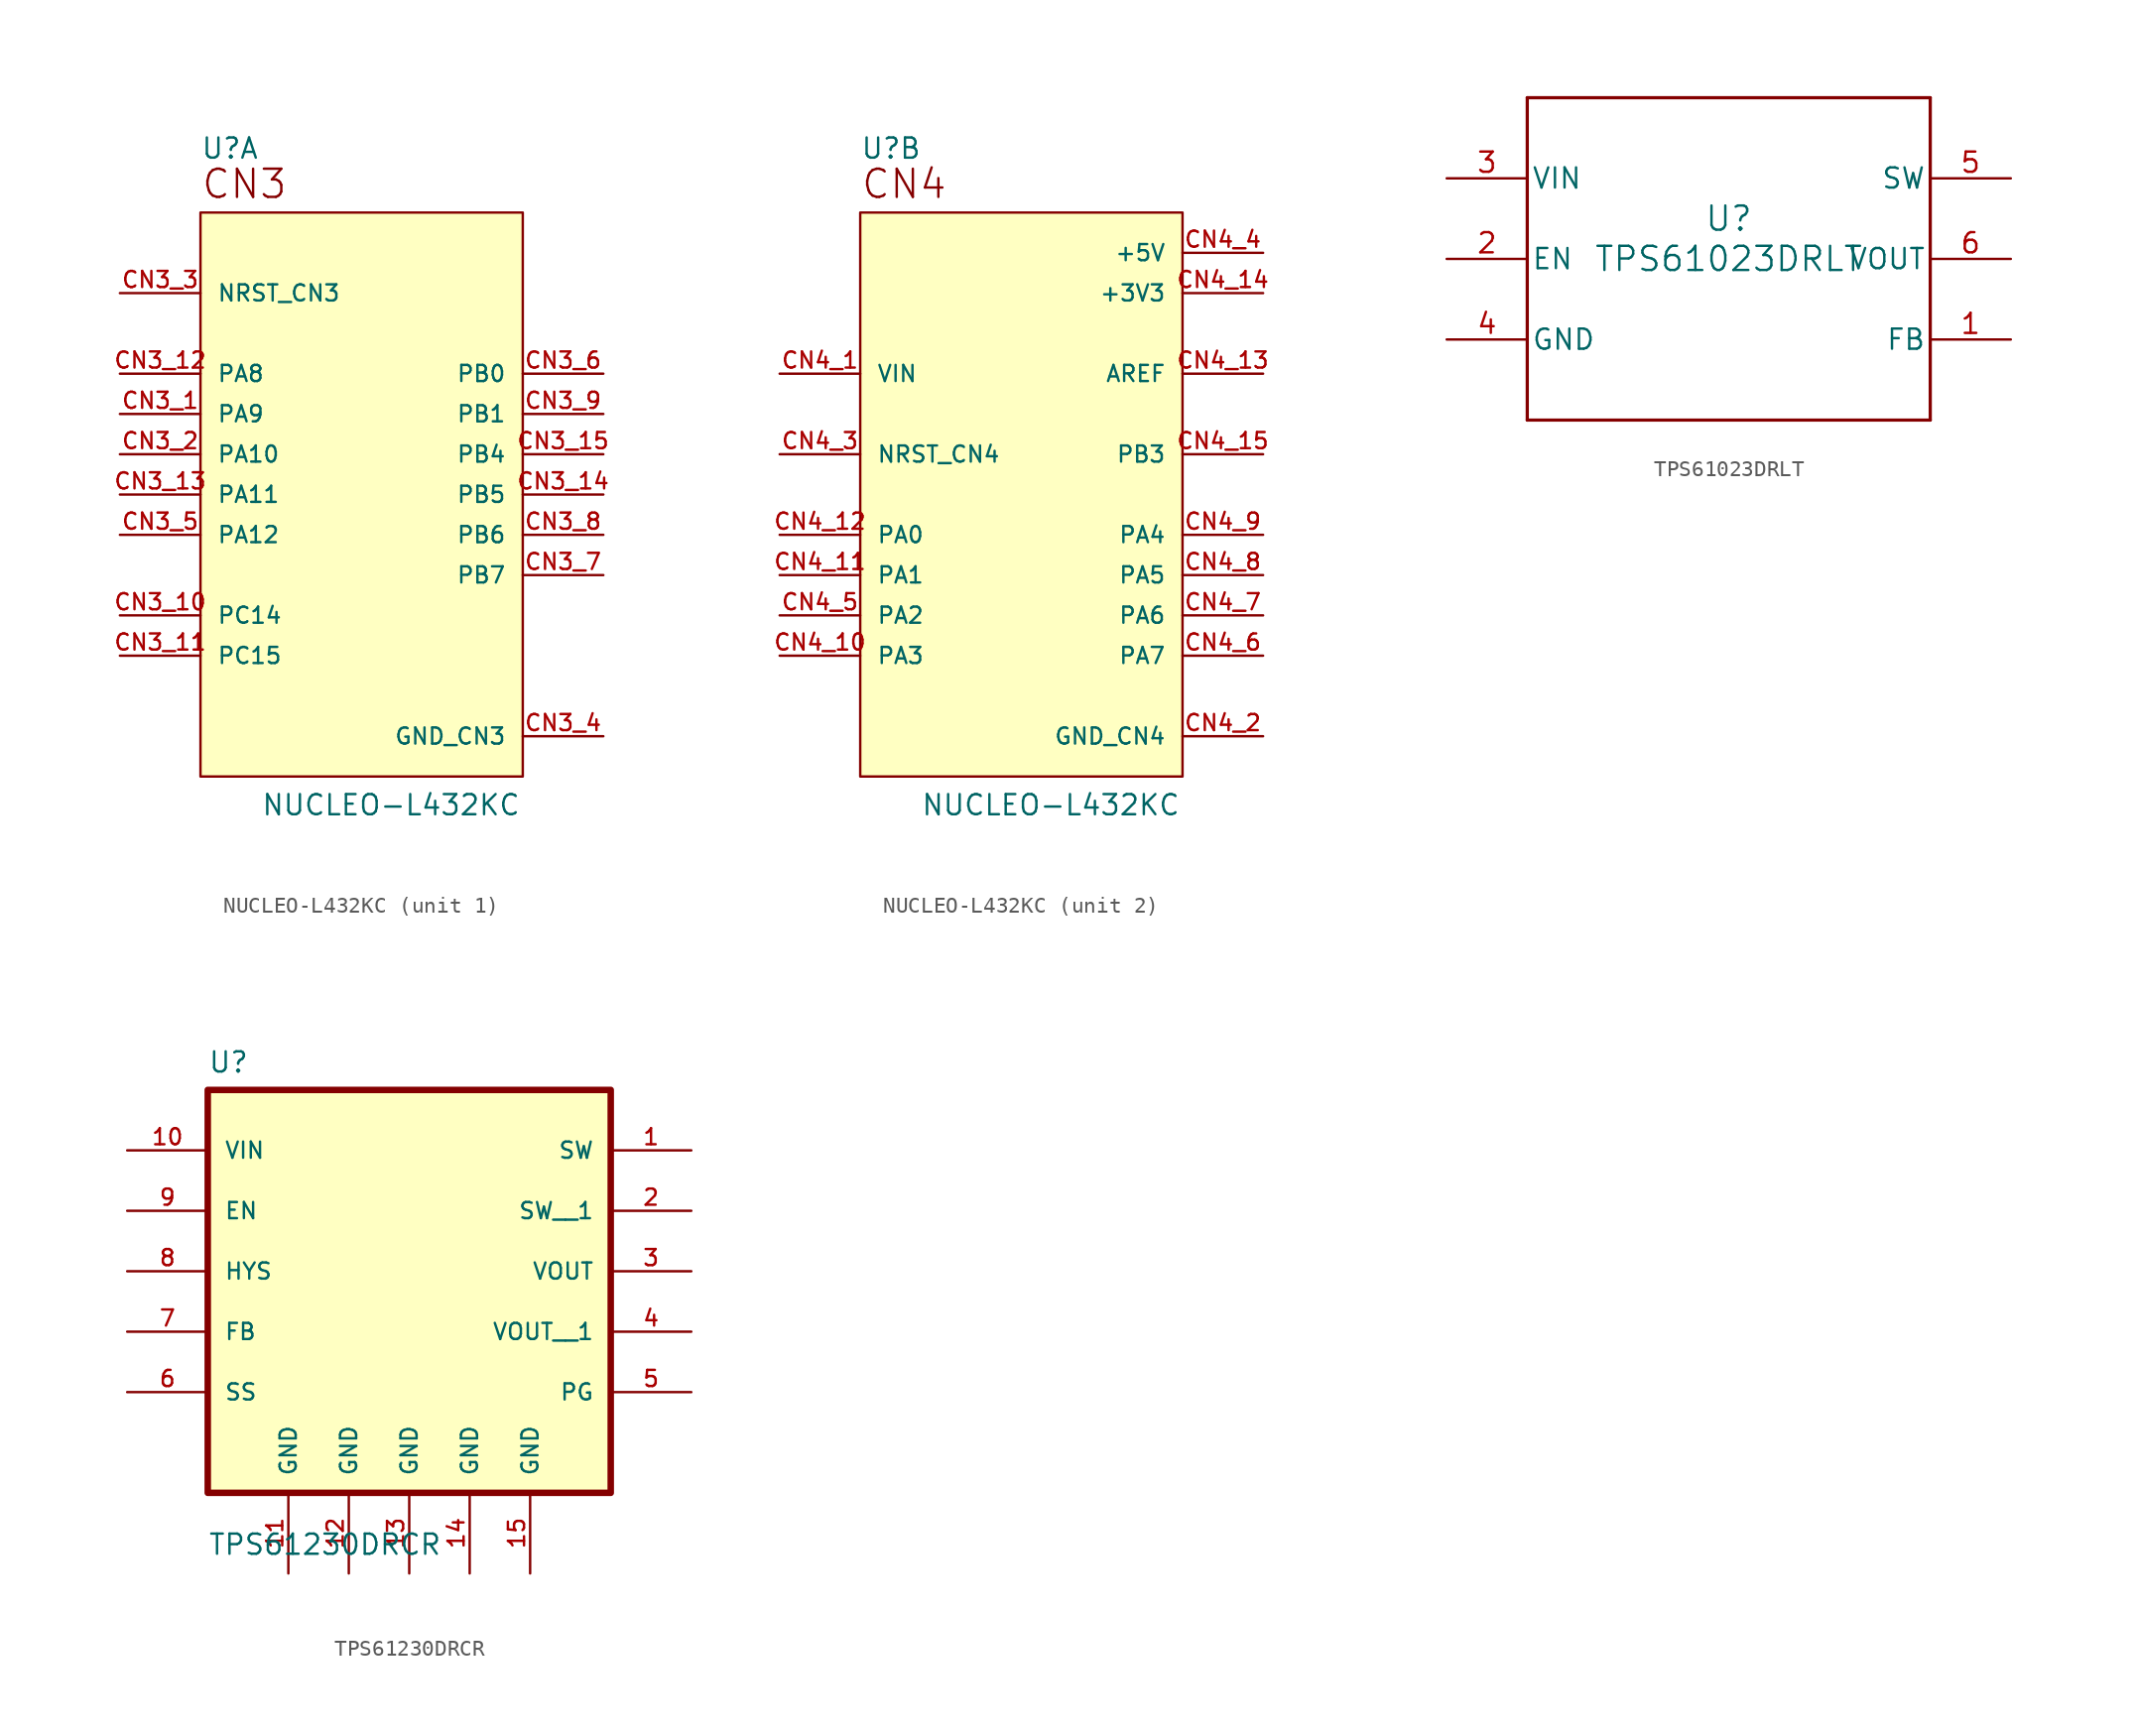
<source format=kicad_sym>
(kicad_symbol_lib
  (version 20241209)
  (generator "kicad_symbol_editor")
  (generator_version "9.0")
  (symbol "NUCLEO-L432KC"
    (pin_names
      (offset 1.016))
    (property "Reference" "U"
      (at -10.16 21.082 0)
      (effects (font (size 1.27 1.27)) (justify left bottom)))
    (property "Value" "NUCLEO-L432KC"
      (at -6.35 -20.32 0)
      (effects (font (size 1.27 1.27)) (justify left bottom)))
    (symbol "NUCLEO-L432KC_1_0"
      (rectangle (start -10.16 17.78) (end 10.16 -17.78) (stroke (width 0.152) (type default)) (fill (type background)))
      (text "CN3" (at -10.16 18.542 0) (effects (font (size 1.778 1.778)) (justify left bottom)))
      (pin bidirectional line (at -15.24 12.7 0) (length 5.08) (name "NRST_CN3" (effects (font (size 1.016 1.016)))) (number "CN3_3" (effects (font (size 1.016 1.016)))))
      (pin bidirectional line (at -15.24 7.62 0) (length 5.08) (name "PA8" (effects (font (size 1.016 1.016)))) (number "CN3_12" (effects (font (size 1.016 1.016)))))
      (pin bidirectional line (at -15.24 5.08 0) (length 5.08) (name "PA9" (effects (font (size 1.016 1.016)))) (number "CN3_1" (effects (font (size 1.016 1.016)))))
      (pin bidirectional line (at -15.24 2.54 0) (length 5.08) (name "PA10" (effects (font (size 1.016 1.016)))) (number "CN3_2" (effects (font (size 1.016 1.016)))))
      (pin bidirectional line (at -15.24 0 0) (length 5.08) (name "PA11" (effects (font (size 1.016 1.016)))) (number "CN3_13" (effects (font (size 1.016 1.016)))))
      (pin bidirectional line (at -15.24 -2.54 0) (length 5.08) (name "PA12" (effects (font (size 1.016 1.016)))) (number "CN3_5" (effects (font (size 1.016 1.016)))))
      (pin bidirectional line (at -15.24 -7.62 0) (length 5.08) (name "PC14" (effects (font (size 1.016 1.016)))) (number "CN3_10" (effects (font (size 1.016 1.016)))))
      (pin bidirectional line (at -15.24 -10.16 0) (length 5.08) (name "PC15" (effects (font (size 1.016 1.016)))) (number "CN3_11" (effects (font (size 1.016 1.016)))))
      (pin bidirectional line (at 15.24 7.62 180) (length 5.08) (name "PB0" (effects (font (size 1.016 1.016)))) (number "CN3_6" (effects (font (size 1.016 1.016)))))
      (pin bidirectional line (at 15.24 5.08 180) (length 5.08) (name "PB1" (effects (font (size 1.016 1.016)))) (number "CN3_9" (effects (font (size 1.016 1.016)))))
      (pin bidirectional line (at 15.24 2.54 180) (length 5.08) (name "PB4" (effects (font (size 1.016 1.016)))) (number "CN3_15" (effects (font (size 1.016 1.016)))))
      (pin bidirectional line (at 15.24 0 180) (length 5.08) (name "PB5" (effects (font (size 1.016 1.016)))) (number "CN3_14" (effects (font (size 1.016 1.016)))))
      (pin bidirectional line (at 15.24 -2.54 180) (length 5.08) (name "PB6" (effects (font (size 1.016 1.016)))) (number "CN3_8" (effects (font (size 1.016 1.016)))))
      (pin bidirectional line (at 15.24 -5.08 180) (length 5.08) (name "PB7" (effects (font (size 1.016 1.016)))) (number "CN3_7" (effects (font (size 1.016 1.016)))))
      (pin power_in line (at 15.24 -15.24 180) (length 5.08) (name "GND_CN3" (effects (font (size 1.016 1.016)))) (number "CN3_4" (effects (font (size 1.016 1.016))))))
    (symbol "NUCLEO-L432KC_2_0"
      (rectangle (start -10.16 -17.78) (end 10.16 17.78) (stroke (width 0.152) (type default)) (fill (type background)))
      (text "CN4" (at -10.16 18.542 0) (effects (font (size 1.778 1.778)) (justify left bottom)))
      (pin input line (at -15.24 7.62 0) (length 5.08) (name "VIN" (effects (font (size 1.016 1.016)))) (number "CN4_1" (effects (font (size 1.016 1.016)))))
      (pin bidirectional line (at -15.24 2.54 0) (length 5.08) (name "NRST_CN4" (effects (font (size 1.016 1.016)))) (number "CN4_3" (effects (font (size 1.016 1.016)))))
      (pin bidirectional line (at -15.24 -2.54 0) (length 5.08) (name "PA0" (effects (font (size 1.016 1.016)))) (number "CN4_12" (effects (font (size 1.016 1.016)))))
      (pin bidirectional line (at -15.24 -5.08 0) (length 5.08) (name "PA1" (effects (font (size 1.016 1.016)))) (number "CN4_11" (effects (font (size 1.016 1.016)))))
      (pin bidirectional line (at -15.24 -7.62 0) (length 5.08) (name "PA2" (effects (font (size 1.016 1.016)))) (number "CN4_5" (effects (font (size 1.016 1.016)))))
      (pin bidirectional line (at -15.24 -10.16 0) (length 5.08) (name "PA3" (effects (font (size 1.016 1.016)))) (number "CN4_10" (effects (font (size 1.016 1.016)))))
      (pin power_in line (at 15.24 15.24 180) (length 5.08) (name "+5V" (effects (font (size 1.016 1.016)))) (number "CN4_4" (effects (font (size 1.016 1.016)))))
      (pin power_in line (at 15.24 12.7 180) (length 5.08) (name "+3V3" (effects (font (size 1.016 1.016)))) (number "CN4_14" (effects (font (size 1.016 1.016)))))
      (pin bidirectional line (at 15.24 7.62 180) (length 5.08) (name "AREF" (effects (font (size 1.016 1.016)))) (number "CN4_13" (effects (font (size 1.016 1.016)))))
      (pin bidirectional line (at 15.24 2.54 180) (length 5.08) (name "PB3" (effects (font (size 1.016 1.016)))) (number "CN4_15" (effects (font (size 1.016 1.016)))))
      (pin bidirectional line (at 15.24 -2.54 180) (length 5.08) (name "PA4" (effects (font (size 1.016 1.016)))) (number "CN4_9" (effects (font (size 1.016 1.016)))))
      (pin bidirectional line (at 15.24 -5.08 180) (length 5.08) (name "PA5" (effects (font (size 1.016 1.016)))) (number "CN4_8" (effects (font (size 1.016 1.016)))))
      (pin bidirectional line (at 15.24 -7.62 180) (length 5.08) (name "PA6" (effects (font (size 1.016 1.016)))) (number "CN4_7" (effects (font (size 1.016 1.016)))))
      (pin bidirectional line (at 15.24 -10.16 180) (length 5.08) (name "PA7" (effects (font (size 1.016 1.016)))) (number "CN4_6" (effects (font (size 1.016 1.016)))))
      (pin power_in line (at 15.24 -15.24 180) (length 5.08) (name "GND_CN4" (effects (font (size 1.016 1.016)))) (number "CN4_2" (effects (font (size 1.016 1.016)))))))
  (symbol "TPS61023DRLT"
    (pin_names
      (offset 0.254))
    (property "Reference" "U"
      (at 0 2.54 0)
      (effects (font (size 1.524 1.524))))
    (property "Value" "TPS61023DRLT"
      (at 0 0 0)
      (effects (font (size 1.524 1.524))))
    (property "ki_locked" ""
      (at 0 0 0)
      (effects (font (size 1.27 1.27))))
    (symbol "TPS61023DRLT_0_1"
      (polyline (pts (xy -12.7 10.16) (xy -12.7 -10.16)) (stroke (width 0.203) (type default)) (fill (type none)))
      (polyline (pts (xy -12.7 -10.16) (xy 12.7 -10.16)) (stroke (width 0.203) (type default)) (fill (type none)))
      (polyline (pts (xy 12.7 10.16) (xy -12.7 10.16)) (stroke (width 0.203) (type default)) (fill (type none)))
      (polyline (pts (xy 12.7 -10.16) (xy 12.7 10.16)) (stroke (width 0.203) (type default)) (fill (type none)))
      (pin power_in line (at -17.78 5.08 0) (length 5.08) (name "VIN" (effects (font (size 1.27 1.27)))) (number "3" (effects (font (size 1.27 1.27)))))
      (pin input line (at -17.78 0 0) (length 5.08) (name "EN" (effects (font (size 1.27 1.27)))) (number "2" (effects (font (size 1.27 1.27)))))
      (pin power_in line (at -17.78 -5.08 0) (length 5.08) (name "GND" (effects (font (size 1.27 1.27)))) (number "4" (effects (font (size 1.27 1.27)))))
      (pin power_in line (at 17.78 5.08 180) (length 5.08) (name "SW" (effects (font (size 1.27 1.27)))) (number "5" (effects (font (size 1.27 1.27)))))
      (pin power_in line (at 17.78 0 180) (length 5.08) (name "VOUT" (effects (font (size 1.27 1.27)))) (number "6" (effects (font (size 1.27 1.27)))))
      (pin input line (at 17.78 -5.08 180) (length 5.08) (name "FB" (effects (font (size 1.27 1.27)))) (number "1" (effects (font (size 1.27 1.27)))))))
  (symbol "TPS61230DRCR"
    (pin_names
      (offset 1.016))
    (property "Reference" "U"
      (at -12.7 11.16 0)
      (effects (font (size 1.27 1.27)) (justify left bottom)))
    (property "Value" "TPS61230DRCR"
      (at -12.7 -19.24 0)
      (effects (font (size 1.27 1.27)) (justify left bottom)))
    (symbol "TPS61230DRCR_0_0"
      (rectangle (start -12.7 -15.24) (end 12.7 10.16) (stroke (width 0.41) (type default)) (fill (type background)))
      (pin input line (at -17.78 6.35 0) (length 5.08) (name "VIN" (effects (font (size 1.016 1.016)))) (number "10" (effects (font (size 1.016 1.016)))))
      (pin input line (at -17.78 2.54 0) (length 5.08) (name "EN" (effects (font (size 1.016 1.016)))) (number "9" (effects (font (size 1.016 1.016)))))
      (pin output line (at -17.78 -1.27 0) (length 5.08) (name "HYS" (effects (font (size 1.016 1.016)))) (number "8" (effects (font (size 1.016 1.016)))))
      (pin input line (at -17.78 -5.08 0) (length 5.08) (name "FB" (effects (font (size 1.016 1.016)))) (number "7" (effects (font (size 1.016 1.016)))))
      (pin input line (at -17.78 -8.89 0) (length 5.08) (name "SS" (effects (font (size 1.016 1.016)))) (number "6" (effects (font (size 1.016 1.016)))))
      (pin power_in line (at -7.62 -20.32 90) (length 5.08) (name "GND" (effects (font (size 1.016 1.016)))) (number "11" (effects (font (size 1.016 1.016)))))
      (pin output line (at 17.78 6.35 180) (length 5.08) (name "SW" (effects (font (size 1.016 1.016)))) (number "1" (effects (font (size 1.016 1.016)))))
      (pin output line (at 17.78 2.54 180) (length 5.08) (name "SW__1" (effects (font (size 1.016 1.016)))) (number "2" (effects (font (size 1.016 1.016)))))
      (pin output line (at 17.78 -1.27 180) (length 5.08) (name "VOUT" (effects (font (size 1.016 1.016)))) (number "3" (effects (font (size 1.016 1.016)))))
      (pin output line (at 17.78 -5.08 180) (length 5.08) (name "VOUT__1" (effects (font (size 1.016 1.016)))) (number "4" (effects (font (size 1.016 1.016)))))
      (pin output line (at 17.78 -8.89 180) (length 5.08) (name "PG" (effects (font (size 1.016 1.016)))) (number "5" (effects (font (size 1.016 1.016))))))
    (symbol "TPS61230DRCR_1_0"
      (pin power_in line (at -3.81 -20.32 90) (length 5.08) (name "GND" (effects (font (size 1.016 1.016)))) (number "12" (effects (font (size 1.016 1.016)))))
      (pin power_in line (at 0 -20.32 90) (length 5.08) (name "GND" (effects (font (size 1.016 1.016)))) (number "13" (effects (font (size 1.016 1.016)))))
      (pin power_in line (at 3.81 -20.32 90) (length 5.08) (name "GND" (effects (font (size 1.016 1.016)))) (number "14" (effects (font (size 1.016 1.016)))))
      (pin power_in line (at 7.62 -20.32 90) (length 5.08) (name "GND" (effects (font (size 1.016 1.016)))) (number "15" (effects (font (size 1.016 1.016))))))))
</source>
